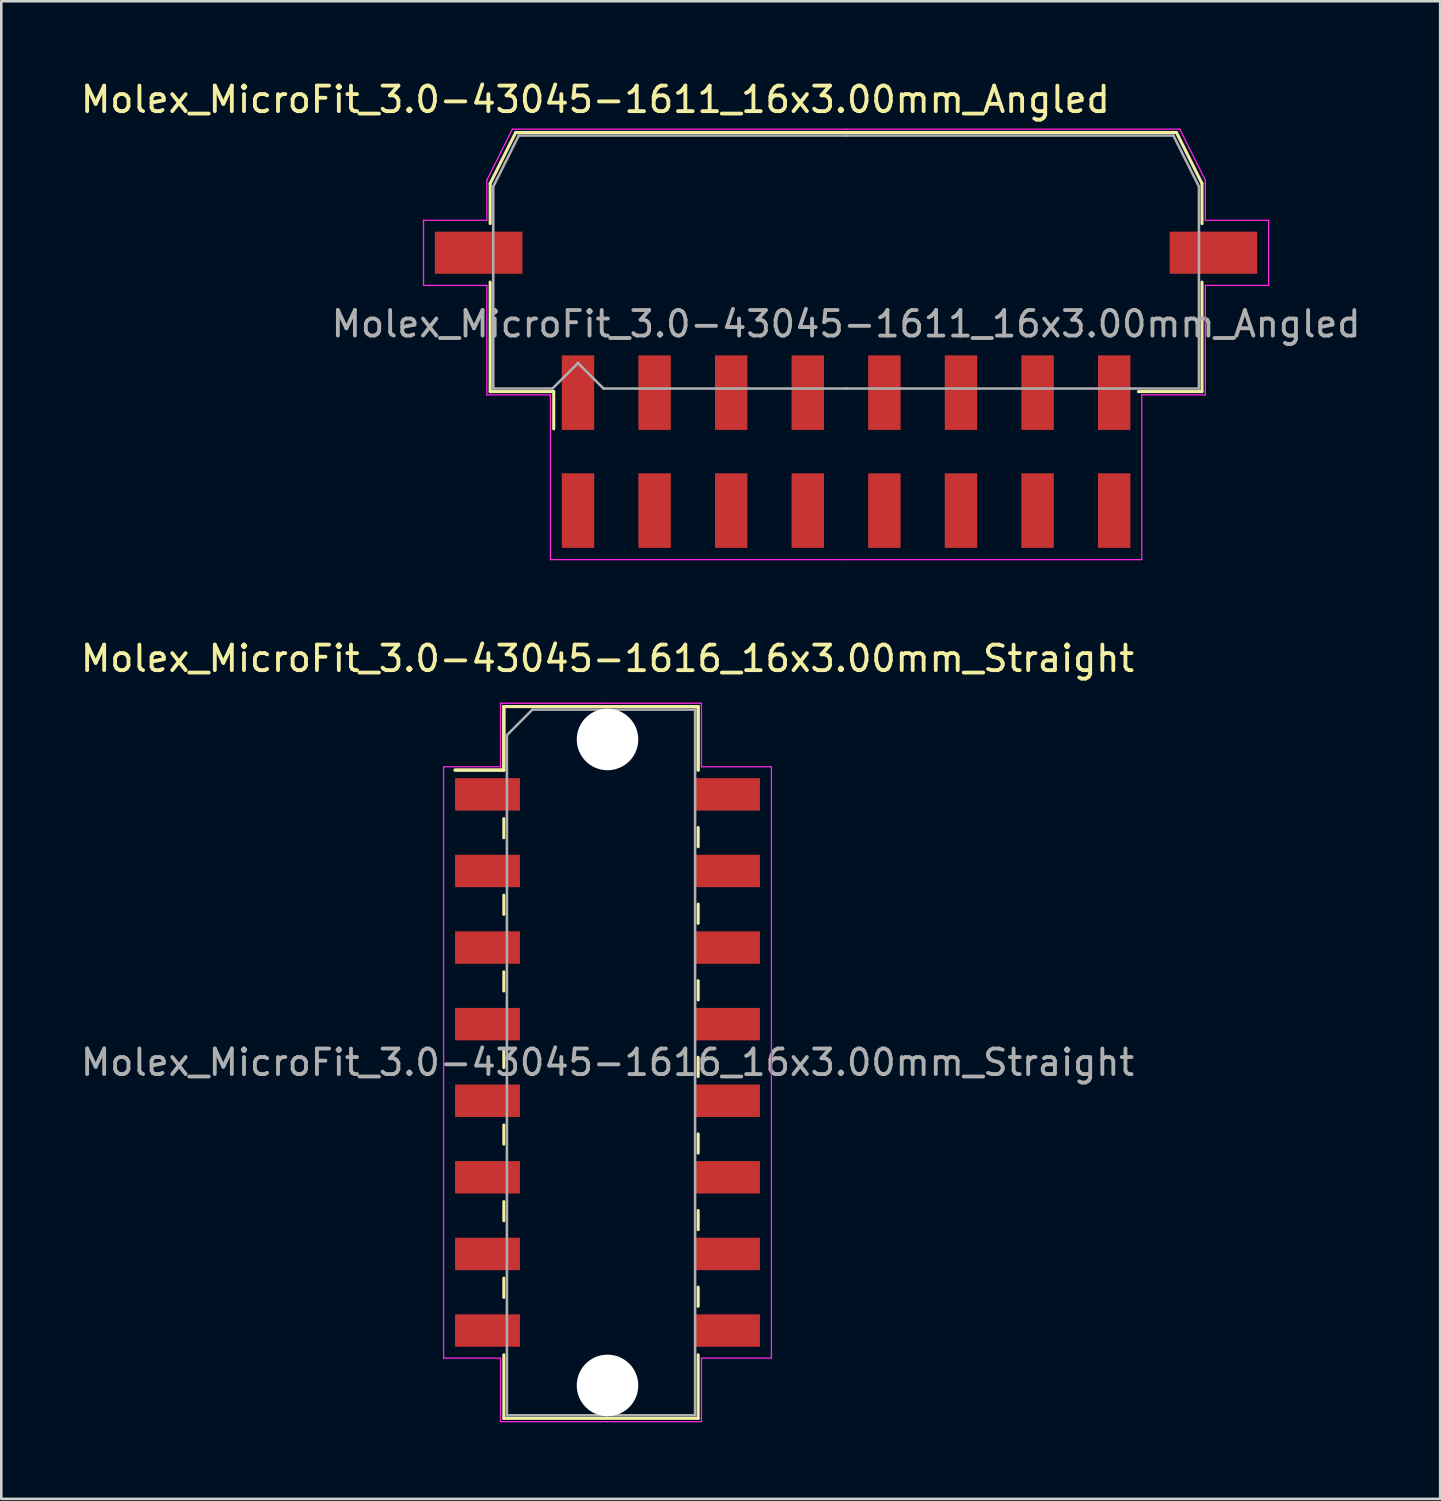
<source format=kicad_pcb>
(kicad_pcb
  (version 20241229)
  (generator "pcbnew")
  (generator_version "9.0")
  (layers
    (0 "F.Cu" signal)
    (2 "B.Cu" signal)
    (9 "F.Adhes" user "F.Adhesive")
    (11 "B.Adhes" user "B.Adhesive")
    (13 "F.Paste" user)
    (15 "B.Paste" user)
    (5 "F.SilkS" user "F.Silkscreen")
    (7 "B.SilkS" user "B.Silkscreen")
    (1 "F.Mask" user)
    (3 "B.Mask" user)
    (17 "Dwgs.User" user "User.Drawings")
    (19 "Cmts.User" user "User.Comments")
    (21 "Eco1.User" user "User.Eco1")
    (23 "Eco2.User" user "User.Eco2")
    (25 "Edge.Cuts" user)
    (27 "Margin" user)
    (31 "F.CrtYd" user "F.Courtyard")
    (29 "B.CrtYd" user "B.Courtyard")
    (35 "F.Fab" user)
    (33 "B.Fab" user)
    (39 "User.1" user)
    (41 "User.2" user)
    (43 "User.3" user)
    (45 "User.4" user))
  (footprint "Molex_MicroFit_3.0-43045-1616_16x3.00mm_Straight"
    (layer "F.Cu")
    (at 20.744 38.562)
    (property "Reference" "Molex_MicroFit_3.0-43045-1616_16x3.00mm_Straight" (at 0 -15.82 0) (layer "F.SilkS") (effects (font (size 1 1) (thickness 0.15))))
    (attr smd)
    (fp_line (start -5.97 -11.45) (end -4.06 -11.45) (stroke (width 0.12) (type solid)) (layer "F.SilkS"))
    (fp_line (start -5.97 -11.45) (end -4.06 -11.45) (stroke (width 0.12) (type solid)) (layer "F.SilkS"))
    (fp_line (start -4.06 -13.94) (end 3.55 -13.94) (stroke (width 0.12) (type solid)) (layer "F.SilkS"))
    (fp_line (start -4.06 -13.94) (end 3.55 -13.94) (stroke (width 0.12) (type solid)) (layer "F.SilkS"))
    (fp_line (start -4.06 -11.45) (end -4.06 -13.94) (stroke (width 0.12) (type solid)) (layer "F.SilkS"))
    (fp_line (start -4.06 -11.45) (end -4.06 -13.94) (stroke (width 0.12) (type solid)) (layer "F.SilkS"))
    (fp_line (start -4.06 -9.55) (end -4.06 -8.8) (stroke (width 0.12) (type solid)) (layer "F.SilkS"))
    (fp_line (start -4.06 -6.55) (end -4.06 -5.8) (stroke (width 0.12) (type solid)) (layer "F.SilkS"))
    (fp_line (start -4.06 -3.55) (end -4.06 -2.8) (stroke (width 0.12) (type solid)) (layer "F.SilkS"))
    (fp_line (start -4.06 -0.55) (end -4.06 0.2) (stroke (width 0.12) (type solid)) (layer "F.SilkS"))
    (fp_line (start -4.06 2.45) (end -4.06 3.2) (stroke (width 0.12) (type solid)) (layer "F.SilkS"))
    (fp_line (start -4.06 5.45) (end -4.06 6.2) (stroke (width 0.12) (type solid)) (layer "F.SilkS"))
    (fp_line (start -4.06 8.45) (end -4.06 9.2) (stroke (width 0.12) (type solid)) (layer "F.SilkS"))
    (fp_line (start -4.06 13.94) (end -4.06 11.45) (stroke (width 0.12) (type solid)) (layer "F.SilkS"))
    (fp_line (start 3.55 -13.94) (end 3.55 -11.45) (stroke (width 0.12) (type solid)) (layer "F.SilkS"))
    (fp_line (start 3.55 -13.94) (end 3.55 -11.45) (stroke (width 0.12) (type solid)) (layer "F.SilkS"))
    (fp_line (start 3.55 -8.45) (end 3.55 -9.2) (stroke (width 0.12) (type solid)) (layer "F.SilkS"))
    (fp_line (start 3.55 -5.45) (end 3.55 -6.2) (stroke (width 0.12) (type solid)) (layer "F.SilkS"))
    (fp_line (start 3.55 -2.45) (end 3.55 -3.2) (stroke (width 0.12) (type solid)) (layer "F.SilkS"))
    (fp_line (start 3.55 0.55) (end 3.55 -0.2) (stroke (width 0.12) (type solid)) (layer "F.SilkS"))
    (fp_line (start 3.55 3.55) (end 3.55 2.8) (stroke (width 0.12) (type solid)) (layer "F.SilkS"))
    (fp_line (start 3.55 6.55) (end 3.55 5.8) (stroke (width 0.12) (type solid)) (layer "F.SilkS"))
    (fp_line (start 3.55 9.55) (end 3.55 8.8) (stroke (width 0.12) (type solid)) (layer "F.SilkS"))
    (fp_line (start 3.55 11.45) (end 3.55 13.94) (stroke (width 0.12) (type solid)) (layer "F.SilkS"))
    (fp_line (start 3.55 13.94) (end -4.06 13.94) (stroke (width 0.12) (type solid)) (layer "F.SilkS"))
    (fp_line (start -6.42 -11.58) (end -4.19 -11.58) (stroke (width 0.05) (type solid)) (layer "F.CrtYd"))
    (fp_line (start -6.42 11.58) (end -6.42 -11.58) (stroke (width 0.05) (type solid)) (layer "F.CrtYd"))
    (fp_line (start -4.19 -14.07) (end 0 -14.07) (stroke (width 0.05) (type solid)) (layer "F.CrtYd"))
    (fp_line (start -4.19 -11.58) (end -4.19 -14.07) (stroke (width 0.05) (type solid)) (layer "F.CrtYd"))
    (fp_line (start -4.19 11.58) (end -6.42 11.58) (stroke (width 0.05) (type solid)) (layer "F.CrtYd"))
    (fp_line (start -4.19 14.07) (end -4.19 11.58) (stroke (width 0.05) (type solid)) (layer "F.CrtYd"))
    (fp_line (start 0 -14.07) (end 3.68 -14.07) (stroke (width 0.05) (type solid)) (layer "F.CrtYd"))
    (fp_line (start 0 14.07) (end -4.19 14.07) (stroke (width 0.05) (type solid)) (layer "F.CrtYd"))
    (fp_line (start 3.68 -14.07) (end 3.68 -11.58) (stroke (width 0.05) (type solid)) (layer "F.CrtYd"))
    (fp_line (start 3.68 -11.58) (end 6.42 -11.58) (stroke (width 0.05) (type solid)) (layer "F.CrtYd"))
    (fp_line (start 3.68 11.58) (end 3.68 14.07) (stroke (width 0.05) (type solid)) (layer "F.CrtYd"))
    (fp_line (start 3.68 14.07) (end 0 14.07) (stroke (width 0.05) (type solid)) (layer "F.CrtYd"))
    (fp_line (start 6.42 -11.58) (end 6.42 11.58) (stroke (width 0.05) (type solid)) (layer "F.CrtYd"))
    (fp_line (start 6.42 11.58) (end 3.68 11.58) (stroke (width 0.05) (type solid)) (layer "F.CrtYd"))
    (fp_line (start -3.94 -12.82) (end -2.94 -13.82) (stroke (width 0.1) (type solid)) (layer "F.Fab"))
    (fp_line (start -3.94 13.82) (end -3.94 -12.82) (stroke (width 0.1) (type solid)) (layer "F.Fab"))
    (fp_line (start -2.94 -13.82) (end 0 -13.82) (stroke (width 0.1) (type solid)) (layer "F.Fab"))
    (fp_line (start 0 -13.82) (end 3.43 -13.82) (stroke (width 0.1) (type solid)) (layer "F.Fab"))
    (fp_line (start 0 13.82) (end -3.94 13.82) (stroke (width 0.1) (type solid)) (layer "F.Fab"))
    (fp_line (start 3.43 -13.82) (end 3.43 13.82) (stroke (width 0.1) (type solid)) (layer "F.Fab"))
    (fp_line (start 3.43 13.82) (end 0 13.82) (stroke (width 0.1) (type solid)) (layer "F.Fab"))
    (fp_text user "${REFERENCE}" (at 0 0 0) (layer "F.Fab") (effects (font (size 1 1) (thickness 0.15))))
    (pad "" np_thru_hole circle (at 0 -12.65) (size 2.41 2.41) (drill 2.41) (layers "*.Cu"))
    (pad "" np_thru_hole circle (at 0 12.65) (size 2.41 2.41) (drill 2.41) (layers "*.Cu"))
    (pad "1" smd rect (at -4.7 -10.5) (size 2.54 1.27) (layers "F.Cu" "F.Mask" "F.Paste"))
    (pad "2" smd rect (at -4.7 -7.5) (size 2.54 1.27) (layers "F.Cu" "F.Mask" "F.Paste"))
    (pad "3" smd rect (at -4.7 -4.5) (size 2.54 1.27) (layers "F.Cu" "F.Mask" "F.Paste"))
    (pad "4" smd rect (at -4.7 -1.5) (size 2.54 1.27) (layers "F.Cu" "F.Mask" "F.Paste"))
    (pad "5" smd rect (at -4.7 1.5) (size 2.54 1.27) (layers "F.Cu" "F.Mask" "F.Paste"))
    (pad "6" smd rect (at -4.7 4.5) (size 2.54 1.27) (layers "F.Cu" "F.Mask" "F.Paste"))
    (pad "7" smd rect (at -4.7 7.5) (size 2.54 1.27) (layers "F.Cu" "F.Mask" "F.Paste"))
    (pad "8" smd rect (at -4.7 10.5) (size 2.54 1.27) (layers "F.Cu" "F.Mask" "F.Paste"))
    (pad "9" smd rect (at 4.7 10.5) (size 2.54 1.27) (layers "F.Cu" "F.Mask" "F.Paste"))
    (pad "10" smd rect (at 4.7 7.5) (size 2.54 1.27) (layers "F.Cu" "F.Mask" "F.Paste"))
    (pad "11" smd rect (at 4.7 4.5) (size 2.54 1.27) (layers "F.Cu" "F.Mask" "F.Paste"))
    (pad "12" smd rect (at 4.7 1.5) (size 2.54 1.27) (layers "F.Cu" "F.Mask" "F.Paste"))
    (pad "13" smd rect (at 4.7 -1.5) (size 2.54 1.27) (layers "F.Cu" "F.Mask" "F.Paste"))
    (pad "14" smd rect (at 4.7 -4.5) (size 2.54 1.27) (layers "F.Cu" "F.Mask" "F.Paste"))
    (pad "15" smd rect (at 4.7 -7.5) (size 2.54 1.27) (layers "F.Cu" "F.Mask" "F.Paste"))
    (pad "16" smd rect (at 4.7 -10.5) (size 2.54 1.27) (layers "F.Cu" "F.Mask" "F.Paste")))
  (footprint "Molex_MicroFit_3.0-43045-1611_16x3.00mm_Angled"
    (layer "F.Cu")
    (at 30.088 14.638)
    (property "Reference" "Molex_MicroFit_3.0-43045-1611_16x3.00mm_Angled" (at -9.82 -13.79 0) (layer "F.SilkS") (effects (font (size 1 1) (thickness 0.15))))
    (attr smd)
    (fp_line (start -13.94 -10.5) (end -13.94 -8.93) (stroke (width 0.12) (type solid)) (layer "F.SilkS"))
    (fp_line (start -13.94 -6.64) (end -13.94 -2.35) (stroke (width 0.12) (type solid)) (layer "F.SilkS"))
    (fp_line (start -13.94 -2.35) (end -11.45 -2.35) (stroke (width 0.12) (type solid)) (layer "F.SilkS"))
    (fp_line (start -12.94 -12.5) (end -13.94 -10.5) (stroke (width 0.12) (type solid)) (layer "F.SilkS"))
    (fp_line (start -11.45 -2.35) (end -11.45 -0.89) (stroke (width 0.12) (type solid)) (layer "F.SilkS"))
    (fp_line (start 0 -12.5) (end -12.94 -12.5) (stroke (width 0.12) (type solid)) (layer "F.SilkS"))
    (fp_line (start 0 -12.5) (end 12.94 -12.5) (stroke (width 0.12) (type solid)) (layer "F.SilkS"))
    (fp_line (start 12.94 -12.5) (end 13.94 -10.5) (stroke (width 0.12) (type solid)) (layer "F.SilkS"))
    (fp_line (start 13.94 -10.5) (end 13.94 -8.93) (stroke (width 0.12) (type solid)) (layer "F.SilkS"))
    (fp_line (start 13.94 -6.64) (end 13.94 -2.35) (stroke (width 0.12) (type solid)) (layer "F.SilkS"))
    (fp_line (start 13.94 -2.35) (end 11.45 -2.35) (stroke (width 0.12) (type solid)) (layer "F.SilkS"))
    (fp_line (start -16.55 -9.06) (end -16.55 -6.51) (stroke (width 0.05) (type solid)) (layer "F.CrtYd"))
    (fp_line (start -16.55 -6.51) (end -14.07 -6.51) (stroke (width 0.05) (type solid)) (layer "F.CrtYd"))
    (fp_line (start -14.07 -10.63) (end -14.07 -9.06) (stroke (width 0.05) (type solid)) (layer "F.CrtYd"))
    (fp_line (start -14.07 -9.06) (end -16.55 -9.06) (stroke (width 0.05) (type solid)) (layer "F.CrtYd"))
    (fp_line (start -14.07 -6.51) (end -14.07 -2.22) (stroke (width 0.05) (type solid)) (layer "F.CrtYd"))
    (fp_line (start -14.07 -2.22) (end -11.58 -2.22) (stroke (width 0.05) (type solid)) (layer "F.CrtYd"))
    (fp_line (start -13.07 -12.63) (end -14.07 -10.63) (stroke (width 0.05) (type solid)) (layer "F.CrtYd"))
    (fp_line (start -11.58 -2.22) (end -11.58 4.23) (stroke (width 0.05) (type solid)) (layer "F.CrtYd"))
    (fp_line (start -11.58 4.23) (end 0 4.23) (stroke (width 0.05) (type solid)) (layer "F.CrtYd"))
    (fp_line (start 0 -12.63) (end -13.07 -12.63) (stroke (width 0.05) (type solid)) (layer "F.CrtYd"))
    (fp_line (start 0 -12.63) (end 13.07 -12.63) (stroke (width 0.05) (type solid)) (layer "F.CrtYd"))
    (fp_line (start 11.58 -2.22) (end 11.58 4.23) (stroke (width 0.05) (type solid)) (layer "F.CrtYd"))
    (fp_line (start 11.58 4.23) (end 0 4.23) (stroke (width 0.05) (type solid)) (layer "F.CrtYd"))
    (fp_line (start 13.07 -12.63) (end 14.07 -10.63) (stroke (width 0.05) (type solid)) (layer "F.CrtYd"))
    (fp_line (start 14.07 -10.63) (end 14.07 -9.06) (stroke (width 0.05) (type solid)) (layer "F.CrtYd"))
    (fp_line (start 14.07 -9.06) (end 16.55 -9.06) (stroke (width 0.05) (type solid)) (layer "F.CrtYd"))
    (fp_line (start 14.07 -6.51) (end 14.07 -2.22) (stroke (width 0.05) (type solid)) (layer "F.CrtYd"))
    (fp_line (start 14.07 -2.22) (end 11.58 -2.22) (stroke (width 0.05) (type solid)) (layer "F.CrtYd"))
    (fp_line (start 16.55 -9.06) (end 16.55 -6.51) (stroke (width 0.05) (type solid)) (layer "F.CrtYd"))
    (fp_line (start 16.55 -6.51) (end 14.07 -6.51) (stroke (width 0.05) (type solid)) (layer "F.CrtYd"))
    (fp_line (start -13.82 -10.38) (end -13.82 -8.61) (stroke (width 0.1) (type solid)) (layer "F.Fab"))
    (fp_line (start -13.82 -8.61) (end -13.82 -2.47) (stroke (width 0.1) (type solid)) (layer "F.Fab"))
    (fp_line (start -13.82 -2.47) (end -11.5 -2.47) (stroke (width 0.1) (type solid)) (layer "F.Fab"))
    (fp_line (start -12.82 -12.38) (end -13.82 -10.38) (stroke (width 0.1) (type solid)) (layer "F.Fab"))
    (fp_line (start -11.5 -2.47) (end -10.5 -3.47) (stroke (width 0.1) (type solid)) (layer "F.Fab"))
    (fp_line (start -10.5 -3.47) (end -9.5 -2.47) (stroke (width 0.1) (type solid)) (layer "F.Fab"))
    (fp_line (start -9.5 -2.47) (end 0 -2.47) (stroke (width 0.1) (type solid)) (layer "F.Fab"))
    (fp_line (start 0 -12.38) (end -12.82 -12.38) (stroke (width 0.1) (type solid)) (layer "F.Fab"))
    (fp_line (start 0 -12.38) (end 12.82 -12.38) (stroke (width 0.1) (type solid)) (layer "F.Fab"))
    (fp_line (start 11.13 -2.47) (end 0 -2.47) (stroke (width 0.1) (type solid)) (layer "F.Fab"))
    (fp_line (start 12.82 -12.38) (end 13.82 -10.38) (stroke (width 0.1) (type solid)) (layer "F.Fab"))
    (fp_line (start 13.82 -10.38) (end 13.82 -8.61) (stroke (width 0.1) (type solid)) (layer "F.Fab"))
    (fp_line (start 13.82 -8.61) (end 13.82 -2.47) (stroke (width 0.1) (type solid)) (layer "F.Fab"))
    (fp_line (start 13.82 -2.47) (end 11.13 -2.47) (stroke (width 0.1) (type solid)) (layer "F.Fab"))
    (fp_text user "${REFERENCE}" (at 0 -5 0) (layer "F.Fab") (effects (font (size 1 1) (thickness 0.15))))
    (pad "" smd rect (at -14.39 -7.79) (size 3.43 1.65) (layers "F.Cu" "F.Mask" "F.Paste"))
    (pad "" smd rect (at 14.39 -7.79) (size 3.43 1.65) (layers "F.Cu" "F.Mask" "F.Paste"))
    (pad "1" smd rect (at -10.5 -2.31) (size 1.27 2.92) (layers "F.Cu" "F.Mask" "F.Paste"))
    (pad "2" smd rect (at -7.5 -2.31) (size 1.27 2.92) (layers "F.Cu" "F.Mask" "F.Paste"))
    (pad "3" smd rect (at -4.5 -2.31) (size 1.27 2.92) (layers "F.Cu" "F.Mask" "F.Paste"))
    (pad "4" smd rect (at -1.5 -2.31) (size 1.27 2.92) (layers "F.Cu" "F.Mask" "F.Paste"))
    (pad "5" smd rect (at 1.5 -2.31) (size 1.27 2.92) (layers "F.Cu" "F.Mask" "F.Paste"))
    (pad "6" smd rect (at 4.5 -2.31) (size 1.27 2.92) (layers "F.Cu" "F.Mask" "F.Paste"))
    (pad "7" smd rect (at 7.5 -2.31) (size 1.27 2.92) (layers "F.Cu" "F.Mask" "F.Paste"))
    (pad "8" smd rect (at 10.5 -2.31) (size 1.27 2.92) (layers "F.Cu" "F.Mask" "F.Paste"))
    (pad "9" smd rect (at 10.5 2.31) (size 1.27 2.92) (layers "F.Cu" "F.Mask" "F.Paste"))
    (pad "10" smd rect (at 7.5 2.31) (size 1.27 2.92) (layers "F.Cu" "F.Mask" "F.Paste"))
    (pad "11" smd rect (at 4.5 2.31) (size 1.27 2.92) (layers "F.Cu" "F.Mask" "F.Paste"))
    (pad "12" smd rect (at 1.5 2.31) (size 1.27 2.92) (layers "F.Cu" "F.Mask" "F.Paste"))
    (pad "13" smd rect (at -1.5 2.31) (size 1.27 2.92) (layers "F.Cu" "F.Mask" "F.Paste"))
    (pad "14" smd rect (at -4.5 2.31) (size 1.27 2.92) (layers "F.Cu" "F.Mask" "F.Paste"))
    (pad "15" smd rect (at -7.5 2.31) (size 1.27 2.92) (layers "F.Cu" "F.Mask" "F.Paste"))
    (pad "16" smd rect (at -10.5 2.31) (size 1.27 2.92) (layers "F.Cu" "F.Mask" "F.Paste")))
  (gr_rect
    (start -3 -3)
    (end 53.356 55.657)
    (stroke (width 0.1) (type default))
    (fill no)
    (layer "Edge.Cuts")))
</source>
